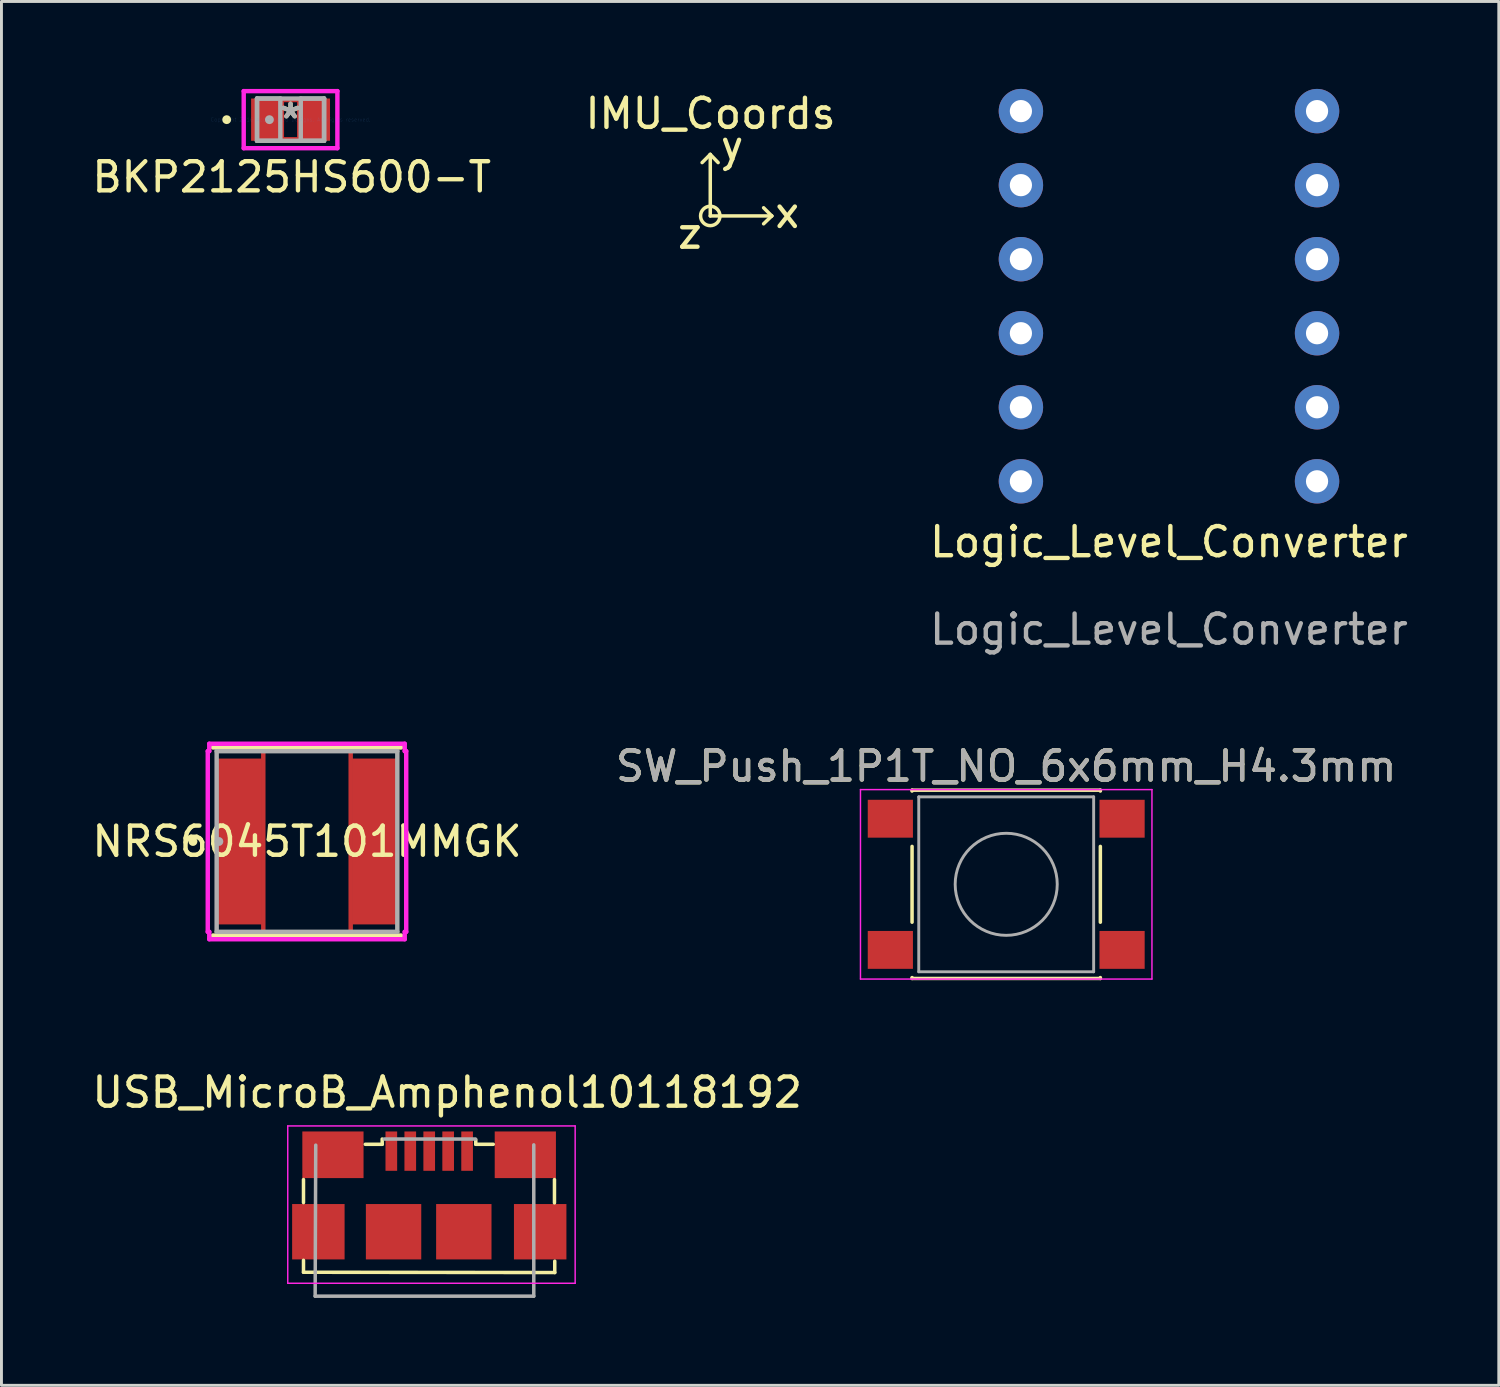
<source format=kicad_pcb>
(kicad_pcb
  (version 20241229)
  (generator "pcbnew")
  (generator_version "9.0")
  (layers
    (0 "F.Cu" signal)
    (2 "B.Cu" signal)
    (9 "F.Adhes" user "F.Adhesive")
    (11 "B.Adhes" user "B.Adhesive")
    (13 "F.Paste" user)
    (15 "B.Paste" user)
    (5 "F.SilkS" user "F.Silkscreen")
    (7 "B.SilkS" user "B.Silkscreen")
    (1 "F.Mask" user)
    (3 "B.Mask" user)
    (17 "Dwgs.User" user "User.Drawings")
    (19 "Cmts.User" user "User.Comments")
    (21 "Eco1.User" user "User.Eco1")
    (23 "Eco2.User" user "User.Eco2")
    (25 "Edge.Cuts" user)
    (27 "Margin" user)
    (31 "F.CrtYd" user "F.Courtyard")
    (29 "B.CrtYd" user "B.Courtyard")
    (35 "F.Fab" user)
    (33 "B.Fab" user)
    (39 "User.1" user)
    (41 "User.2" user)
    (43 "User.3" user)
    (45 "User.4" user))
  (footprint "USB_MicroB_Amphenol10118192"
    (layer "F.Cu")
    (at 11.522 34.067)
    (property "Reference" "USB_MicroB_Amphenol10118192" (at 0.77 0.36 0) (layer "F.SilkS") (effects (font (size 1 1) (thickness 0.15))))
    (attr through_hole)
    (fp_line (start -4.16 4.14) (end -4.16 3.35) (stroke (width 0.12) (type solid)) (layer "F.SilkS"))
    (fp_line (start -4.16 6.12) (end -4.16 6.53) (stroke (width 0.12) (type solid)) (layer "F.SilkS"))
    (fp_line (start -4.16 6.53) (end 4.46 6.54) (stroke (width 0.12) (type solid)) (layer "F.SilkS"))
    (fp_line (start -1.46 1.96) (end -1.46 2.14) (stroke (width 0.12) (type solid)) (layer "F.SilkS"))
    (fp_line (start -1.46 2.14) (end -2.04 2.14) (stroke (width 0.12) (type solid)) (layer "F.SilkS"))
    (fp_line (start 1.75 2.14) (end 1.75 1.98) (stroke (width 0.12) (type solid)) (layer "F.SilkS"))
    (fp_line (start 1.75 2.14) (end 2.35 2.14) (stroke (width 0.12) (type solid)) (layer "F.SilkS"))
    (fp_line (start 4.45 4.15) (end 4.45 3.35) (stroke (width 0.12) (type solid)) (layer "F.SilkS"))
    (fp_line (start 4.46 6.54) (end 4.46 6.15) (stroke (width 0.12) (type solid)) (layer "F.SilkS"))
    (fp_line (start -4.7 1.51) (end -4.7 6.908) (stroke (width 0.05) (type solid)) (layer "F.CrtYd"))
    (fp_line (start -4.7 1.51) (end 5.16 1.51) (stroke (width 0.05) (type solid)) (layer "F.CrtYd"))
    (fp_line (start 5.16 6.908) (end -4.7 6.908) (stroke (width 0.05) (type solid)) (layer "F.CrtYd"))
    (fp_line (start 5.16 6.908) (end 5.16 1.51) (stroke (width 0.05) (type solid)) (layer "F.CrtYd"))
    (fp_line (start -3.74 2.17) (end -3.76 7.35) (stroke (width 0.12) (type solid)) (layer "F.Fab"))
    (fp_line (start 1.74 1.96) (end -1.39 1.96) (stroke (width 0.12) (type solid)) (layer "F.Fab"))
    (fp_line (start 3.74 2.16) (end 3.74 7.35) (stroke (width 0.12) (type solid)) (layer "F.Fab"))
    (fp_line (start 3.74 7.35) (end -3.76 7.35) (stroke (width 0.12) (type solid)) (layer "F.Fab"))
    (pad "1" smd rect (at -1.147 2.375 90) (size 1.35 0.4) (layers "F.Cu" "F.Mask" "F.Paste"))
    (pad "2" smd rect (at -0.497 2.375 90) (size 1.35 0.4) (layers "F.Cu" "F.Mask" "F.Paste"))
    (pad "3" smd rect (at 0.153 2.375 90) (size 1.35 0.4) (layers "F.Cu" "F.Mask" "F.Paste"))
    (pad "4" smd rect (at 0.803 2.375 90) (size 1.35 0.4) (layers "F.Cu" "F.Mask" "F.Paste"))
    (pad "5" smd rect (at 1.453 2.375 90) (size 1.35 0.4) (layers "F.Cu" "F.Mask" "F.Paste"))
    (pad "6" smd rect (at -3.65 5.14) (size 1.8 1.9) (layers "F.Cu" "F.Mask" "F.Paste"))
    (pad "6" smd rect (at -3.15 2.5) (size 2.1 1.6) (layers "F.Cu" "F.Mask" "F.Paste"))
    (pad "6" smd rect (at -1.07 5.14) (size 1.9 1.9) (layers "F.Cu" "F.Mask" "F.Paste"))
    (pad "6" smd rect (at 1.34 5.14) (size 1.9 1.9) (layers "F.Cu" "F.Mask" "F.Paste"))
    (pad "6" smd rect (at 3.45 2.5) (size 2.1 1.6) (layers "F.Cu" "F.Mask" "F.Paste"))
    (pad "6" smd rect (at 3.96 5.14) (size 1.8 1.9) (layers "F.Cu" "F.Mask" "F.Paste")))
  (footprint "NRS6045T101MMGK"
    (layer "F.Cu")
    (at 7.482 25.819)
    (property "Reference" "NRS6045T101MMGK" (at 0 0 0) (layer "F.SilkS") (effects (font (size 1 1) (thickness 0.15))))
    (attr through_hole)
    (fp_line (start -1.499 3.048) (end -1.499 -3.048) (stroke (width 0.152) (type solid)) (layer "F.Cu"))
    (fp_line (start 1.499 -3.048) (end 1.499 3.048) (stroke (width 0.152) (type solid)) (layer "F.Cu"))
    (fp_line (start -3.226 3.226) (end 3.226 3.226) (stroke (width 0.152) (type solid)) (layer "F.SilkS"))
    (fp_line (start 3.226 -3.226) (end -3.226 -3.226) (stroke (width 0.152) (type solid)) (layer "F.SilkS"))
    (fp_circle (center -3.912 0) (end -3.835 0) (stroke (width 0.152) (type solid)) (fill no) (layer "F.SilkS"))
    (fp_line (start -3.404 -3.099) (end -3.353 -3.099) (stroke (width 0.152) (type solid)) (layer "F.CrtYd"))
    (fp_line (start -3.404 3.099) (end -3.404 -3.099) (stroke (width 0.152) (type solid)) (layer "F.CrtYd"))
    (fp_line (start -3.353 -3.353) (end 3.353 -3.353) (stroke (width 0.152) (type solid)) (layer "F.CrtYd"))
    (fp_line (start -3.353 -3.099) (end -3.353 -3.353) (stroke (width 0.152) (type solid)) (layer "F.CrtYd"))
    (fp_line (start -3.353 3.099) (end -3.404 3.099) (stroke (width 0.152) (type solid)) (layer "F.CrtYd"))
    (fp_line (start -3.353 3.353) (end -3.353 3.099) (stroke (width 0.152) (type solid)) (layer "F.CrtYd"))
    (fp_line (start 3.353 -3.353) (end 3.353 -3.099) (stroke (width 0.152) (type solid)) (layer "F.CrtYd"))
    (fp_line (start 3.353 -3.099) (end 3.404 -3.099) (stroke (width 0.152) (type solid)) (layer "F.CrtYd"))
    (fp_line (start 3.353 3.099) (end 3.353 3.353) (stroke (width 0.152) (type solid)) (layer "F.CrtYd"))
    (fp_line (start 3.353 3.353) (end -3.353 3.353) (stroke (width 0.152) (type solid)) (layer "F.CrtYd"))
    (fp_line (start 3.404 -3.099) (end 3.404 3.099) (stroke (width 0.152) (type solid)) (layer "F.CrtYd"))
    (fp_line (start 3.404 3.099) (end 3.353 3.099) (stroke (width 0.152) (type solid)) (layer "F.CrtYd"))
    (fp_line (start -3.099 -3.099) (end -3.099 3.099) (stroke (width 0.152) (type solid)) (layer "F.Fab"))
    (fp_line (start -3.099 3.099) (end 3.099 3.099) (stroke (width 0.152) (type solid)) (layer "F.Fab"))
    (fp_line (start 3.099 -3.099) (end -3.099 -3.099) (stroke (width 0.152) (type solid)) (layer "F.Fab"))
    (fp_line (start 3.099 3.099) (end 3.099 -3.099) (stroke (width 0.152) (type solid)) (layer "F.Fab"))
    (fp_circle (center -3.023 0) (end -2.946 0) (stroke (width 0.152) (type solid)) (fill no) (layer "F.Fab"))
    (pad "1" smd rect (at -2.349 0) (size 1.6 5.69) (layers "F.Cu" "F.Mask" "F.Paste"))
    (pad "2" smd rect (at 2.349 0) (size 1.6 5.69) (layers "F.Cu" "F.Mask" "F.Paste")))
  (footprint "Logic_Level_Converter"
    (layer "F.Cu")
    (at 37.054 10.922)
    (property "Reference" "Logic_Level_Converter" (at 0 4.62 0) (unlocked yes) (layer "F.SilkS") (effects (font (size 1 1) (thickness 0.15))))
    (attr through_hole)
    (fp_text user "${REFERENCE}" (at 0 7.62 0) (unlocked yes) (layer "F.Fab") (effects (font (size 1 1) (thickness 0.15))))
    (pad "1" thru_hole circle (at -5.08 -10.16) (size 1.524 1.524) (drill 0.762) (layers "*.Cu" "*.Mask"))
    (pad "2" thru_hole circle (at -5.08 -7.62) (size 1.524 1.524) (drill 0.762) (layers "*.Cu" "*.Mask"))
    (pad "3" thru_hole circle (at -5.08 -5.08) (size 1.524 1.524) (drill 0.762) (layers "*.Cu" "*.Mask"))
    (pad "4" thru_hole circle (at -5.08 -2.54) (size 1.524 1.524) (drill 0.762) (layers "*.Cu" "*.Mask"))
    (pad "5" thru_hole circle (at -5.08 0) (size 1.524 1.524) (drill 0.762) (layers "*.Cu" "*.Mask"))
    (pad "6" thru_hole circle (at -5.08 2.54) (size 1.524 1.524) (drill 0.762) (layers "*.Cu" "*.Mask"))
    (pad "7" thru_hole circle (at 5.08 -10.16) (size 1.524 1.524) (drill 0.762) (layers "*.Cu" "*.Mask"))
    (pad "8" thru_hole circle (at 5.08 -7.62) (size 1.524 1.524) (drill 0.762) (layers "*.Cu" "*.Mask"))
    (pad "9" thru_hole circle (at 5.08 -5.08) (size 1.524 1.524) (drill 0.762) (layers "*.Cu" "*.Mask"))
    (pad "10" thru_hole circle (at 5.08 -2.54) (size 1.524 1.524) (drill 0.762) (layers "*.Cu" "*.Mask"))
    (pad "11" thru_hole circle (at 5.08 0) (size 1.524 1.524) (drill 0.762) (layers "*.Cu" "*.Mask"))
    (pad "12" thru_hole circle (at 5.08 2.54) (size 1.524 1.524) (drill 0.762) (layers "*.Cu" "*.Mask")))
  (footprint "BKP2125HS600-T"
    (layer "F.Cu")
    (at 6.918 1.055)
    (property "Reference" "BKP2125HS600-T" (at 0.04 1.97 0) (layer "F.SilkS") (effects (font (size 1 1) (thickness 0.15))))
    (attr through_hole)
    (fp_line (start -0.299 -0.674) (end 0.299 -0.674) (stroke (width 0.152) (type solid)) (layer "F.Cu"))
    (fp_line (start -0.299 0.674) (end -0.299 -0.674) (stroke (width 0.152) (type solid)) (layer "F.Cu"))
    (fp_line (start 0.299 -0.674) (end 0.299 0.674) (stroke (width 0.152) (type solid)) (layer "F.Cu"))
    (fp_line (start 0.299 0.674) (end -0.299 0.674) (stroke (width 0.152) (type solid)) (layer "F.Cu"))
    (fp_circle (center -2.191 0) (end -2.115 0) (stroke (width 0.152) (type solid)) (fill no) (layer "F.SilkS"))
    (fp_line (start -1.607 -0.979) (end 1.607 -0.979) (stroke (width 0.152) (type solid)) (layer "F.CrtYd"))
    (fp_line (start -1.607 0.979) (end -1.607 -0.979) (stroke (width 0.152) (type solid)) (layer "F.CrtYd"))
    (fp_line (start 1.607 -0.979) (end 1.607 0.979) (stroke (width 0.152) (type solid)) (layer "F.CrtYd"))
    (fp_line (start 1.607 0.979) (end -1.607 0.979) (stroke (width 0.152) (type solid)) (layer "F.CrtYd"))
    (fp_line (start -1.15 -0.725) (end -1.15 0.725) (stroke (width 0.152) (type solid)) (layer "F.Fab"))
    (fp_line (start -1.15 -0.725) (end -1.15 0.725) (stroke (width 0.152) (type solid)) (layer "F.Fab"))
    (fp_line (start -1.15 0.725) (end -0.35 0.725) (stroke (width 0.152) (type solid)) (layer "F.Fab"))
    (fp_line (start -1.15 0.725) (end 1.15 0.725) (stroke (width 0.152) (type solid)) (layer "F.Fab"))
    (fp_line (start -0.35 -0.725) (end -1.15 -0.725) (stroke (width 0.152) (type solid)) (layer "F.Fab"))
    (fp_line (start -0.35 0.725) (end -0.35 -0.725) (stroke (width 0.152) (type solid)) (layer "F.Fab"))
    (fp_line (start 0.35 -0.725) (end 0.35 0.725) (stroke (width 0.152) (type solid)) (layer "F.Fab"))
    (fp_line (start 0.35 0.725) (end 1.15 0.725) (stroke (width 0.152) (type solid)) (layer "F.Fab"))
    (fp_line (start 1.15 -0.725) (end -1.15 -0.725) (stroke (width 0.152) (type solid)) (layer "F.Fab"))
    (fp_line (start 1.15 -0.725) (end 0.35 -0.725) (stroke (width 0.152) (type solid)) (layer "F.Fab"))
    (fp_line (start 1.15 0.725) (end 1.15 -0.725) (stroke (width 0.152) (type solid)) (layer "F.Fab"))
    (fp_line (start 1.15 0.725) (end 1.15 -0.725) (stroke (width 0.152) (type solid)) (layer "F.Fab"))
    (fp_circle (center -0.725 0) (end -0.648 0) (stroke (width 0.152) (type solid)) (fill no) (layer "F.Fab"))
    (fp_text user "*" (at 0 0 0) (layer "F.SilkS") (effects (font (size 1 1) (thickness 0.15))))
    (fp_text user "Copyright 2016 Accelerated Designs. All rights reserved." (at 0 0 0) (layer "Cmts.User") (effects (font (size 0.127 0.127) (thickness 0.002))))
    (fp_text user "*" (at 0 0 0) (layer "F.Fab") (effects (font (size 1 1) (thickness 0.15))))
    (pad "1" smd rect (at -0.852 0) (size 1.003 1.45) (layers "F.Cu" "F.Mask" "F.Paste"))
    (pad "2" smd rect (at 0.852 0) (size 1.003 1.45) (layers "F.Cu" "F.Mask" "F.Paste")))
  (footprint "IMU_Coords"
    (layer "F.Cu")
    (at 21.327 0.348)
    (property "Reference" "IMU_Coords" (at 0 0.5 0) (layer "F.SilkS") (effects (font (size 1 1) (thickness 0.15))))
    (attr through_hole)
    (fp_line (start -0.01 1.9) (end -0.29 2.18) (stroke (width 0.12) (type solid)) (layer "F.SilkS"))
    (fp_line (start -0.01 1.9) (end 0.26 2.18) (stroke (width 0.12) (type solid)) (layer "F.SilkS"))
    (fp_line (start -0.01 4.01) (end -0.01 1.9) (stroke (width 0.12) (type solid)) (layer "F.SilkS"))
    (fp_line (start -0.01 4.01) (end 2.1 4.01) (stroke (width 0.12) (type solid)) (layer "F.SilkS"))
    (fp_line (start 2.1 4.01) (end 1.82 3.73) (stroke (width 0.12) (type solid)) (layer "F.SilkS"))
    (fp_line (start 2.1 4.01) (end 1.82 4.28) (stroke (width 0.12) (type solid)) (layer "F.SilkS"))
    (fp_circle (center -0.01 4.01) (end 0.17 3.73) (stroke (width 0.12) (type solid)) (fill no) (layer "F.SilkS"))
    (fp_text user "z" (at -0.71 4.61 0) (layer "F.SilkS") (effects (font (size 1 1) (thickness 0.15))))
    (fp_text user "x" (at 2.63 3.9 0) (layer "F.SilkS") (effects (font (size 1 1) (thickness 0.15))))
    (fp_text user "y" (at 0.74 1.61 0) (layer "F.SilkS") (effects (font (size 1 1) (thickness 0.15)))))
  (footprint "SW_Push_1P1T_NO_6x6mm_H4.3mm"
    (layer "F.Cu")
    (at 31.47 27.288)
    (property "Reference" "SW_Push_1P1T_NO_6x6mm_H4.3mm" (at 0 -4.05 0) (layer "F.SilkS") (effects (font (size 1 1) (thickness 0.15))))
    (attr smd)
    (fp_line (start -3.23 -3.23) (end 3.23 -3.23) (stroke (width 0.12) (type solid)) (layer "F.SilkS"))
    (fp_line (start -3.23 -3.2) (end -3.23 -3.23) (stroke (width 0.12) (type solid)) (layer "F.SilkS"))
    (fp_line (start -3.23 -1.3) (end -3.23 1.3) (stroke (width 0.12) (type solid)) (layer "F.SilkS"))
    (fp_line (start -3.23 3.23) (end -3.23 3.2) (stroke (width 0.12) (type solid)) (layer "F.SilkS"))
    (fp_line (start -3.23 3.23) (end 3.23 3.23) (stroke (width 0.12) (type solid)) (layer "F.SilkS"))
    (fp_line (start 3.23 -3.23) (end 3.23 -3.2) (stroke (width 0.12) (type solid)) (layer "F.SilkS"))
    (fp_line (start 3.23 -1.3) (end 3.23 1.3) (stroke (width 0.12) (type solid)) (layer "F.SilkS"))
    (fp_line (start 3.23 3.23) (end 3.23 3.2) (stroke (width 0.12) (type solid)) (layer "F.SilkS"))
    (fp_line (start -5 -3.25) (end -5 3.25) (stroke (width 0.05) (type solid)) (layer "F.CrtYd"))
    (fp_line (start -5 -3.25) (end 5 -3.25) (stroke (width 0.05) (type solid)) (layer "F.CrtYd"))
    (fp_line (start -5 3.25) (end 5 3.25) (stroke (width 0.05) (type solid)) (layer "F.CrtYd"))
    (fp_line (start 5 3.25) (end 5 -3.25) (stroke (width 0.05) (type solid)) (layer "F.CrtYd"))
    (fp_line (start -3 -3) (end -3 3) (stroke (width 0.1) (type solid)) (layer "F.Fab"))
    (fp_line (start -3 3) (end 3 3) (stroke (width 0.1) (type solid)) (layer "F.Fab"))
    (fp_line (start 3 -3) (end -3 -3) (stroke (width 0.1) (type solid)) (layer "F.Fab"))
    (fp_line (start 3 3) (end 3 -3) (stroke (width 0.1) (type solid)) (layer "F.Fab"))
    (fp_circle (center 0 0) (end 1.75 -0.05) (stroke (width 0.1) (type solid)) (fill no) (layer "F.Fab"))
    (fp_text user "${REFERENCE}" (at 0 -4.05 0) (layer "F.Fab") (effects (font (size 1 1) (thickness 0.15))))
    (pad "1" smd rect (at -3.975 -2.25) (size 1.55 1.3) (layers "F.Cu" "F.Mask" "F.Paste"))
    (pad "1" smd rect (at 3.975 -2.25) (size 1.55 1.3) (layers "F.Cu" "F.Mask" "F.Paste"))
    (pad "2" smd rect (at -3.975 2.25) (size 1.55 1.3) (layers "F.Cu" "F.Mask" "F.Paste"))
    (pad "2" smd rect (at 3.975 2.25) (size 1.55 1.3) (layers "F.Cu" "F.Mask" "F.Paste")))
  (gr_rect
    (start -3 -3)
    (end 48.369 44.477)
    (stroke (width 0.1) (type default))
    (fill no)
    (layer "Edge.Cuts")))
</source>
